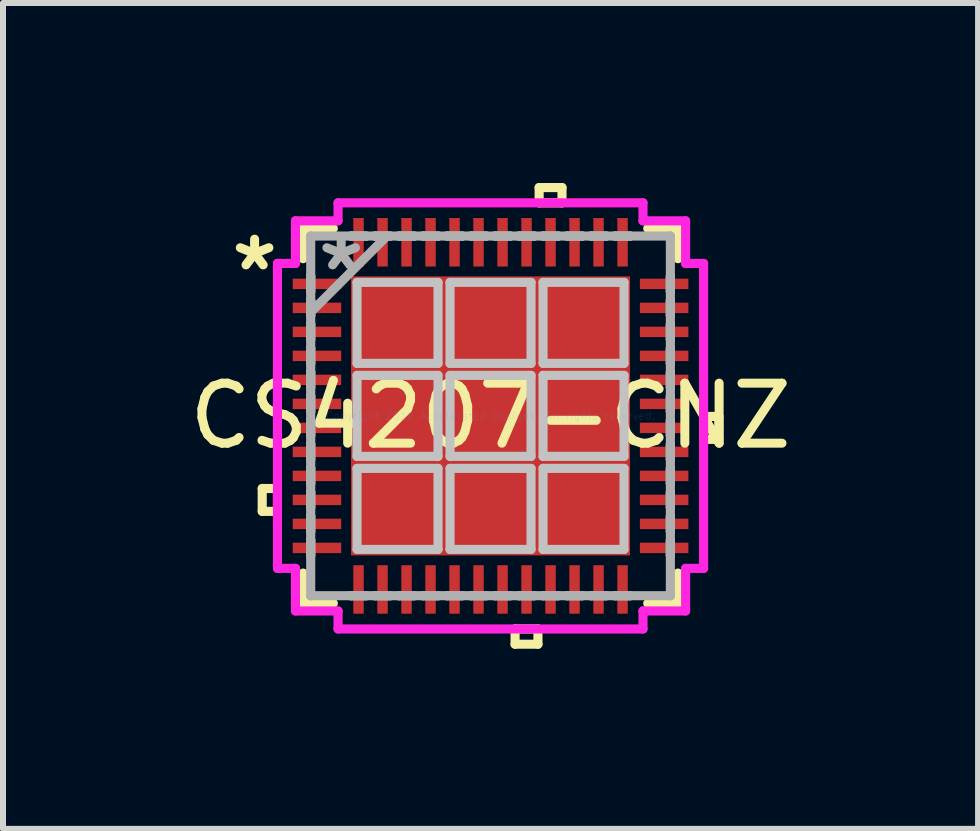
<source format=kicad_pcb>
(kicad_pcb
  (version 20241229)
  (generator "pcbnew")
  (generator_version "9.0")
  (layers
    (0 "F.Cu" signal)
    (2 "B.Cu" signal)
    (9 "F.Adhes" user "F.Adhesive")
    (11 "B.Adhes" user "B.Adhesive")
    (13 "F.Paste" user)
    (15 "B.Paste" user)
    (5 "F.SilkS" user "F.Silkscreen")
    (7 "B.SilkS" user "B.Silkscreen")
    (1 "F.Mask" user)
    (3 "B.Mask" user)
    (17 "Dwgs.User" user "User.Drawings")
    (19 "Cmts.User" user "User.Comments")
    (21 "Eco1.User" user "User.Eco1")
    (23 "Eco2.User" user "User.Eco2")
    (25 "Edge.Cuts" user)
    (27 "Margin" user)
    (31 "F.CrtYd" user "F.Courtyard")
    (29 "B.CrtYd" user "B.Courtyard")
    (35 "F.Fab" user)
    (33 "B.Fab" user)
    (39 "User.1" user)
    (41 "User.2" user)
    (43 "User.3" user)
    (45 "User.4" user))
  (footprint "CS4207-CNZ"
    (layer "F.Cu")
    (at 5.125 3.881)
    (property "Reference" "CS4207-CNZ" (at 0 0 0) (layer "F.SilkS") (effects (font (size 1 1) (thickness 0.15))))
    (attr through_hole)
    (fp_line (start -3.805 1.21) (end -3.805 1.591) (stroke (width 0.152) (type solid)) (layer "F.SilkS"))
    (fp_line (start -3.805 1.591) (end -3.551 1.591) (stroke (width 0.152) (type solid)) (layer "F.SilkS"))
    (fp_line (start -3.551 1.21) (end -3.805 1.21) (stroke (width 0.152) (type solid)) (layer "F.SilkS"))
    (fp_line (start -3.551 1.591) (end -3.551 1.21) (stroke (width 0.152) (type solid)) (layer "F.SilkS"))
    (fp_line (start -3.124 -3.124) (end -3.124 -2.62) (stroke (width 0.152) (type solid)) (layer "F.SilkS"))
    (fp_line (start -3.124 2.62) (end -3.124 3.124) (stroke (width 0.152) (type solid)) (layer "F.SilkS"))
    (fp_line (start -3.124 3.124) (end -2.62 3.124) (stroke (width 0.152) (type solid)) (layer "F.SilkS"))
    (fp_line (start -2.62 -3.124) (end -3.124 -3.124) (stroke (width 0.152) (type solid)) (layer "F.SilkS"))
    (fp_line (start 0.409 3.551) (end 0.409 3.805) (stroke (width 0.152) (type solid)) (layer "F.SilkS"))
    (fp_line (start 0.409 3.805) (end 0.79 3.805) (stroke (width 0.152) (type solid)) (layer "F.SilkS"))
    (fp_line (start 0.79 3.551) (end 0.409 3.551) (stroke (width 0.152) (type solid)) (layer "F.SilkS"))
    (fp_line (start 0.79 3.805) (end 0.79 3.551) (stroke (width 0.152) (type solid)) (layer "F.SilkS"))
    (fp_line (start 0.81 -3.805) (end 1.191 -3.805) (stroke (width 0.152) (type solid)) (layer "F.SilkS"))
    (fp_line (start 0.81 -3.551) (end 0.81 -3.805) (stroke (width 0.152) (type solid)) (layer "F.SilkS"))
    (fp_line (start 1.191 -3.805) (end 1.191 -3.551) (stroke (width 0.152) (type solid)) (layer "F.SilkS"))
    (fp_line (start 1.191 -3.551) (end 0.81 -3.551) (stroke (width 0.152) (type solid)) (layer "F.SilkS"))
    (fp_line (start 2.62 3.124) (end 3.124 3.124) (stroke (width 0.152) (type solid)) (layer "F.SilkS"))
    (fp_line (start 3.124 -3.124) (end 2.62 -3.124) (stroke (width 0.152) (type solid)) (layer "F.SilkS"))
    (fp_line (start 3.124 -2.62) (end 3.124 -3.124) (stroke (width 0.152) (type solid)) (layer "F.SilkS"))
    (fp_line (start 3.124 3.124) (end 3.124 2.62) (stroke (width 0.152) (type solid)) (layer "F.SilkS"))
    (fp_line (start 3.551 0.009) (end 3.805 0.009) (stroke (width 0.152) (type solid)) (layer "F.SilkS"))
    (fp_line (start 3.551 0.391) (end 3.551 0.009) (stroke (width 0.152) (type solid)) (layer "F.SilkS"))
    (fp_line (start 3.805 0.009) (end 3.805 0.391) (stroke (width 0.152) (type solid)) (layer "F.SilkS"))
    (fp_line (start 3.805 0.391) (end 3.551 0.391) (stroke (width 0.152) (type solid)) (layer "F.SilkS"))
    (fp_line (start -2.225 -2.225) (end -2.225 -0.875) (stroke (width 0.152) (type solid)) (layer "Dwgs.User"))
    (fp_line (start -2.225 -0.875) (end -0.875 -0.875) (stroke (width 0.152) (type solid)) (layer "Dwgs.User"))
    (fp_line (start -2.225 -0.675) (end -2.225 0.675) (stroke (width 0.152) (type solid)) (layer "Dwgs.User"))
    (fp_line (start -2.225 0.675) (end -0.875 0.675) (stroke (width 0.152) (type solid)) (layer "Dwgs.User"))
    (fp_line (start -2.225 0.875) (end -2.225 2.225) (stroke (width 0.152) (type solid)) (layer "Dwgs.User"))
    (fp_line (start -2.225 2.225) (end -0.875 2.225) (stroke (width 0.152) (type solid)) (layer "Dwgs.User"))
    (fp_line (start -0.875 -2.225) (end -2.225 -2.225) (stroke (width 0.152) (type solid)) (layer "Dwgs.User"))
    (fp_line (start -0.875 -0.875) (end -0.875 -2.225) (stroke (width 0.152) (type solid)) (layer "Dwgs.User"))
    (fp_line (start -0.875 -0.675) (end -2.225 -0.675) (stroke (width 0.152) (type solid)) (layer "Dwgs.User"))
    (fp_line (start -0.875 0.675) (end -0.875 -0.675) (stroke (width 0.152) (type solid)) (layer "Dwgs.User"))
    (fp_line (start -0.875 0.875) (end -2.225 0.875) (stroke (width 0.152) (type solid)) (layer "Dwgs.User"))
    (fp_line (start -0.875 2.225) (end -0.875 0.875) (stroke (width 0.152) (type solid)) (layer "Dwgs.User"))
    (fp_line (start -0.675 -2.225) (end -0.675 -0.875) (stroke (width 0.152) (type solid)) (layer "Dwgs.User"))
    (fp_line (start -0.675 -0.875) (end 0.675 -0.875) (stroke (width 0.152) (type solid)) (layer "Dwgs.User"))
    (fp_line (start -0.675 -0.675) (end -0.675 0.675) (stroke (width 0.152) (type solid)) (layer "Dwgs.User"))
    (fp_line (start -0.675 0.675) (end 0.675 0.675) (stroke (width 0.152) (type solid)) (layer "Dwgs.User"))
    (fp_line (start -0.675 0.875) (end -0.675 2.225) (stroke (width 0.152) (type solid)) (layer "Dwgs.User"))
    (fp_line (start -0.675 2.225) (end 0.675 2.225) (stroke (width 0.152) (type solid)) (layer "Dwgs.User"))
    (fp_line (start 0.675 -2.225) (end -0.675 -2.225) (stroke (width 0.152) (type solid)) (layer "Dwgs.User"))
    (fp_line (start 0.675 -0.875) (end 0.675 -2.225) (stroke (width 0.152) (type solid)) (layer "Dwgs.User"))
    (fp_line (start 0.675 -0.675) (end -0.675 -0.675) (stroke (width 0.152) (type solid)) (layer "Dwgs.User"))
    (fp_line (start 0.675 0.675) (end 0.675 -0.675) (stroke (width 0.152) (type solid)) (layer "Dwgs.User"))
    (fp_line (start 0.675 0.875) (end -0.675 0.875) (stroke (width 0.152) (type solid)) (layer "Dwgs.User"))
    (fp_line (start 0.675 2.225) (end 0.675 0.875) (stroke (width 0.152) (type solid)) (layer "Dwgs.User"))
    (fp_line (start 0.875 -2.225) (end 0.875 -0.875) (stroke (width 0.152) (type solid)) (layer "Dwgs.User"))
    (fp_line (start 0.875 -0.875) (end 2.225 -0.875) (stroke (width 0.152) (type solid)) (layer "Dwgs.User"))
    (fp_line (start 0.875 -0.675) (end 0.875 0.675) (stroke (width 0.152) (type solid)) (layer "Dwgs.User"))
    (fp_line (start 0.875 0.675) (end 2.225 0.675) (stroke (width 0.152) (type solid)) (layer "Dwgs.User"))
    (fp_line (start 0.875 0.875) (end 0.875 2.225) (stroke (width 0.152) (type solid)) (layer "Dwgs.User"))
    (fp_line (start 0.875 2.225) (end 2.225 2.225) (stroke (width 0.152) (type solid)) (layer "Dwgs.User"))
    (fp_line (start 2.225 -2.225) (end 0.875 -2.225) (stroke (width 0.152) (type solid)) (layer "Dwgs.User"))
    (fp_line (start 2.225 -0.875) (end 2.225 -2.225) (stroke (width 0.152) (type solid)) (layer "Dwgs.User"))
    (fp_line (start 2.225 -0.675) (end 0.875 -0.675) (stroke (width 0.152) (type solid)) (layer "Dwgs.User"))
    (fp_line (start 2.225 0.675) (end 2.225 -0.675) (stroke (width 0.152) (type solid)) (layer "Dwgs.User"))
    (fp_line (start 2.225 0.875) (end 0.875 0.875) (stroke (width 0.152) (type solid)) (layer "Dwgs.User"))
    (fp_line (start 2.225 2.225) (end 2.225 0.875) (stroke (width 0.152) (type solid)) (layer "Dwgs.User"))
    (fp_line (start -3.551 -2.541) (end -3.251 -2.541) (stroke (width 0.152) (type solid)) (layer "F.CrtYd"))
    (fp_line (start -3.551 2.541) (end -3.551 -2.541) (stroke (width 0.152) (type solid)) (layer "F.CrtYd"))
    (fp_line (start -3.251 -3.251) (end -2.541 -3.251) (stroke (width 0.152) (type solid)) (layer "F.CrtYd"))
    (fp_line (start -3.251 -2.541) (end -3.251 -3.251) (stroke (width 0.152) (type solid)) (layer "F.CrtYd"))
    (fp_line (start -3.251 2.541) (end -3.551 2.541) (stroke (width 0.152) (type solid)) (layer "F.CrtYd"))
    (fp_line (start -3.251 3.251) (end -3.251 2.541) (stroke (width 0.152) (type solid)) (layer "F.CrtYd"))
    (fp_line (start -2.541 -3.551) (end 2.541 -3.551) (stroke (width 0.152) (type solid)) (layer "F.CrtYd"))
    (fp_line (start -2.541 -3.251) (end -2.541 -3.551) (stroke (width 0.152) (type solid)) (layer "F.CrtYd"))
    (fp_line (start -2.541 3.251) (end -3.251 3.251) (stroke (width 0.152) (type solid)) (layer "F.CrtYd"))
    (fp_line (start -2.541 3.551) (end -2.541 3.251) (stroke (width 0.152) (type solid)) (layer "F.CrtYd"))
    (fp_line (start 2.541 -3.551) (end 2.541 -3.251) (stroke (width 0.152) (type solid)) (layer "F.CrtYd"))
    (fp_line (start 2.541 -3.251) (end 3.251 -3.251) (stroke (width 0.152) (type solid)) (layer "F.CrtYd"))
    (fp_line (start 2.541 3.251) (end 2.541 3.551) (stroke (width 0.152) (type solid)) (layer "F.CrtYd"))
    (fp_line (start 2.541 3.551) (end -2.541 3.551) (stroke (width 0.152) (type solid)) (layer "F.CrtYd"))
    (fp_line (start 3.251 -3.251) (end 3.251 -2.541) (stroke (width 0.152) (type solid)) (layer "F.CrtYd"))
    (fp_line (start 3.251 -2.541) (end 3.551 -2.541) (stroke (width 0.152) (type solid)) (layer "F.CrtYd"))
    (fp_line (start 3.251 2.541) (end 3.251 3.251) (stroke (width 0.152) (type solid)) (layer "F.CrtYd"))
    (fp_line (start 3.251 3.251) (end 2.541 3.251) (stroke (width 0.152) (type solid)) (layer "F.CrtYd"))
    (fp_line (start 3.551 -2.541) (end 3.551 2.541) (stroke (width 0.152) (type solid)) (layer "F.CrtYd"))
    (fp_line (start 3.551 2.541) (end 3.251 2.541) (stroke (width 0.152) (type solid)) (layer "F.CrtYd"))
    (fp_line (start -2.997 -2.997) (end -2.997 -2.997) (stroke (width 0.152) (type solid)) (layer "F.Fab"))
    (fp_line (start -2.997 -2.997) (end -2.997 2.997) (stroke (width 0.152) (type solid)) (layer "F.Fab"))
    (fp_line (start -2.997 -2.327) (end -2.997 -2.327) (stroke (width 0.152) (type solid)) (layer "F.Fab"))
    (fp_line (start -2.997 -2.327) (end -2.997 -2.073) (stroke (width 0.152) (type solid)) (layer "F.Fab"))
    (fp_line (start -2.997 -2.073) (end -2.997 -2.327) (stroke (width 0.152) (type solid)) (layer "F.Fab"))
    (fp_line (start -2.997 -2.073) (end -2.997 -2.073) (stroke (width 0.152) (type solid)) (layer "F.Fab"))
    (fp_line (start -2.997 -1.927) (end -2.997 -1.927) (stroke (width 0.152) (type solid)) (layer "F.Fab"))
    (fp_line (start -2.997 -1.927) (end -2.997 -1.673) (stroke (width 0.152) (type solid)) (layer "F.Fab"))
    (fp_line (start -2.997 -1.727) (end -1.727 -2.997) (stroke (width 0.152) (type solid)) (layer "F.Fab"))
    (fp_line (start -2.997 -1.673) (end -2.997 -1.927) (stroke (width 0.152) (type solid)) (layer "F.Fab"))
    (fp_line (start -2.997 -1.673) (end -2.997 -1.673) (stroke (width 0.152) (type solid)) (layer "F.Fab"))
    (fp_line (start -2.997 -1.527) (end -2.997 -1.527) (stroke (width 0.152) (type solid)) (layer "F.Fab"))
    (fp_line (start -2.997 -1.527) (end -2.997 -1.273) (stroke (width 0.152) (type solid)) (layer "F.Fab"))
    (fp_line (start -2.997 -1.273) (end -2.997 -1.527) (stroke (width 0.152) (type solid)) (layer "F.Fab"))
    (fp_line (start -2.997 -1.273) (end -2.997 -1.273) (stroke (width 0.152) (type solid)) (layer "F.Fab"))
    (fp_line (start -2.997 -1.127) (end -2.997 -1.127) (stroke (width 0.152) (type solid)) (layer "F.Fab"))
    (fp_line (start -2.997 -1.127) (end -2.997 -0.873) (stroke (width 0.152) (type solid)) (layer "F.Fab"))
    (fp_line (start -2.997 -0.873) (end -2.997 -1.127) (stroke (width 0.152) (type solid)) (layer "F.Fab"))
    (fp_line (start -2.997 -0.873) (end -2.997 -0.873) (stroke (width 0.152) (type solid)) (layer "F.Fab"))
    (fp_line (start -2.997 -0.727) (end -2.997 -0.727) (stroke (width 0.152) (type solid)) (layer "F.Fab"))
    (fp_line (start -2.997 -0.727) (end -2.997 -0.473) (stroke (width 0.152) (type solid)) (layer "F.Fab"))
    (fp_line (start -2.997 -0.473) (end -2.997 -0.727) (stroke (width 0.152) (type solid)) (layer "F.Fab"))
    (fp_line (start -2.997 -0.473) (end -2.997 -0.473) (stroke (width 0.152) (type solid)) (layer "F.Fab"))
    (fp_line (start -2.997 -0.327) (end -2.997 -0.327) (stroke (width 0.152) (type solid)) (layer "F.Fab"))
    (fp_line (start -2.997 -0.327) (end -2.997 -0.073) (stroke (width 0.152) (type solid)) (layer "F.Fab"))
    (fp_line (start -2.997 -0.073) (end -2.997 -0.327) (stroke (width 0.152) (type solid)) (layer "F.Fab"))
    (fp_line (start -2.997 -0.073) (end -2.997 -0.073) (stroke (width 0.152) (type solid)) (layer "F.Fab"))
    (fp_line (start -2.997 0.073) (end -2.997 0.073) (stroke (width 0.152) (type solid)) (layer "F.Fab"))
    (fp_line (start -2.997 0.073) (end -2.997 0.327) (stroke (width 0.152) (type solid)) (layer "F.Fab"))
    (fp_line (start -2.997 0.327) (end -2.997 0.073) (stroke (width 0.152) (type solid)) (layer "F.Fab"))
    (fp_line (start -2.997 0.327) (end -2.997 0.327) (stroke (width 0.152) (type solid)) (layer "F.Fab"))
    (fp_line (start -2.997 0.473) (end -2.997 0.473) (stroke (width 0.152) (type solid)) (layer "F.Fab"))
    (fp_line (start -2.997 0.473) (end -2.997 0.727) (stroke (width 0.152) (type solid)) (layer "F.Fab"))
    (fp_line (start -2.997 0.727) (end -2.997 0.473) (stroke (width 0.152) (type solid)) (layer "F.Fab"))
    (fp_line (start -2.997 0.727) (end -2.997 0.727) (stroke (width 0.152) (type solid)) (layer "F.Fab"))
    (fp_line (start -2.997 0.873) (end -2.997 0.873) (stroke (width 0.152) (type solid)) (layer "F.Fab"))
    (fp_line (start -2.997 0.873) (end -2.997 1.127) (stroke (width 0.152) (type solid)) (layer "F.Fab"))
    (fp_line (start -2.997 1.127) (end -2.997 0.873) (stroke (width 0.152) (type solid)) (layer "F.Fab"))
    (fp_line (start -2.997 1.127) (end -2.997 1.127) (stroke (width 0.152) (type solid)) (layer "F.Fab"))
    (fp_line (start -2.997 1.273) (end -2.997 1.273) (stroke (width 0.152) (type solid)) (layer "F.Fab"))
    (fp_line (start -2.997 1.273) (end -2.997 1.527) (stroke (width 0.152) (type solid)) (layer "F.Fab"))
    (fp_line (start -2.997 1.527) (end -2.997 1.273) (stroke (width 0.152) (type solid)) (layer "F.Fab"))
    (fp_line (start -2.997 1.527) (end -2.997 1.527) (stroke (width 0.152) (type solid)) (layer "F.Fab"))
    (fp_line (start -2.997 1.673) (end -2.997 1.673) (stroke (width 0.152) (type solid)) (layer "F.Fab"))
    (fp_line (start -2.997 1.673) (end -2.997 1.927) (stroke (width 0.152) (type solid)) (layer "F.Fab"))
    (fp_line (start -2.997 1.927) (end -2.997 1.673) (stroke (width 0.152) (type solid)) (layer "F.Fab"))
    (fp_line (start -2.997 1.927) (end -2.997 1.927) (stroke (width 0.152) (type solid)) (layer "F.Fab"))
    (fp_line (start -2.997 2.073) (end -2.997 2.073) (stroke (width 0.152) (type solid)) (layer "F.Fab"))
    (fp_line (start -2.997 2.073) (end -2.997 2.327) (stroke (width 0.152) (type solid)) (layer "F.Fab"))
    (fp_line (start -2.997 2.327) (end -2.997 2.073) (stroke (width 0.152) (type solid)) (layer "F.Fab"))
    (fp_line (start -2.997 2.327) (end -2.997 2.327) (stroke (width 0.152) (type solid)) (layer "F.Fab"))
    (fp_line (start -2.997 2.997) (end -2.997 2.997) (stroke (width 0.152) (type solid)) (layer "F.Fab"))
    (fp_line (start -2.997 2.997) (end 2.997 2.997) (stroke (width 0.152) (type solid)) (layer "F.Fab"))
    (fp_line (start -2.327 -2.997) (end -2.327 -2.997) (stroke (width 0.152) (type solid)) (layer "F.Fab"))
    (fp_line (start -2.327 -2.997) (end -2.073 -2.997) (stroke (width 0.152) (type solid)) (layer "F.Fab"))
    (fp_line (start -2.327 2.997) (end -2.327 2.997) (stroke (width 0.152) (type solid)) (layer "F.Fab"))
    (fp_line (start -2.327 2.997) (end -2.073 2.997) (stroke (width 0.152) (type solid)) (layer "F.Fab"))
    (fp_line (start -2.073 -2.997) (end -2.327 -2.997) (stroke (width 0.152) (type solid)) (layer "F.Fab"))
    (fp_line (start -2.073 -2.997) (end -2.073 -2.997) (stroke (width 0.152) (type solid)) (layer "F.Fab"))
    (fp_line (start -2.073 2.997) (end -2.327 2.997) (stroke (width 0.152) (type solid)) (layer "F.Fab"))
    (fp_line (start -2.073 2.997) (end -2.073 2.997) (stroke (width 0.152) (type solid)) (layer "F.Fab"))
    (fp_line (start -1.927 -2.997) (end -1.927 -2.997) (stroke (width 0.152) (type solid)) (layer "F.Fab"))
    (fp_line (start -1.927 -2.997) (end -1.673 -2.997) (stroke (width 0.152) (type solid)) (layer "F.Fab"))
    (fp_line (start -1.927 2.997) (end -1.927 2.997) (stroke (width 0.152) (type solid)) (layer "F.Fab"))
    (fp_line (start -1.927 2.997) (end -1.673 2.997) (stroke (width 0.152) (type solid)) (layer "F.Fab"))
    (fp_line (start -1.673 -2.997) (end -1.927 -2.997) (stroke (width 0.152) (type solid)) (layer "F.Fab"))
    (fp_line (start -1.673 -2.997) (end -1.673 -2.997) (stroke (width 0.152) (type solid)) (layer "F.Fab"))
    (fp_line (start -1.673 2.997) (end -1.927 2.997) (stroke (width 0.152) (type solid)) (layer "F.Fab"))
    (fp_line (start -1.673 2.997) (end -1.673 2.997) (stroke (width 0.152) (type solid)) (layer "F.Fab"))
    (fp_line (start -1.527 -2.997) (end -1.527 -2.997) (stroke (width 0.152) (type solid)) (layer "F.Fab"))
    (fp_line (start -1.527 -2.997) (end -1.273 -2.997) (stroke (width 0.152) (type solid)) (layer "F.Fab"))
    (fp_line (start -1.527 2.997) (end -1.527 2.997) (stroke (width 0.152) (type solid)) (layer "F.Fab"))
    (fp_line (start -1.527 2.997) (end -1.273 2.997) (stroke (width 0.152) (type solid)) (layer "F.Fab"))
    (fp_line (start -1.273 -2.997) (end -1.527 -2.997) (stroke (width 0.152) (type solid)) (layer "F.Fab"))
    (fp_line (start -1.273 -2.997) (end -1.273 -2.997) (stroke (width 0.152) (type solid)) (layer "F.Fab"))
    (fp_line (start -1.273 2.997) (end -1.527 2.997) (stroke (width 0.152) (type solid)) (layer "F.Fab"))
    (fp_line (start -1.273 2.997) (end -1.273 2.997) (stroke (width 0.152) (type solid)) (layer "F.Fab"))
    (fp_line (start -1.127 -2.997) (end -1.127 -2.997) (stroke (width 0.152) (type solid)) (layer "F.Fab"))
    (fp_line (start -1.127 -2.997) (end -0.873 -2.997) (stroke (width 0.152) (type solid)) (layer "F.Fab"))
    (fp_line (start -1.127 2.997) (end -1.127 2.997) (stroke (width 0.152) (type solid)) (layer "F.Fab"))
    (fp_line (start -1.127 2.997) (end -0.873 2.997) (stroke (width 0.152) (type solid)) (layer "F.Fab"))
    (fp_line (start -0.873 -2.997) (end -1.127 -2.997) (stroke (width 0.152) (type solid)) (layer "F.Fab"))
    (fp_line (start -0.873 -2.997) (end -0.873 -2.997) (stroke (width 0.152) (type solid)) (layer "F.Fab"))
    (fp_line (start -0.873 2.997) (end -1.127 2.997) (stroke (width 0.152) (type solid)) (layer "F.Fab"))
    (fp_line (start -0.873 2.997) (end -0.873 2.997) (stroke (width 0.152) (type solid)) (layer "F.Fab"))
    (fp_line (start -0.727 -2.997) (end -0.727 -2.997) (stroke (width 0.152) (type solid)) (layer "F.Fab"))
    (fp_line (start -0.727 -2.997) (end -0.473 -2.997) (stroke (width 0.152) (type solid)) (layer "F.Fab"))
    (fp_line (start -0.727 2.997) (end -0.727 2.997) (stroke (width 0.152) (type solid)) (layer "F.Fab"))
    (fp_line (start -0.727 2.997) (end -0.473 2.997) (stroke (width 0.152) (type solid)) (layer "F.Fab"))
    (fp_line (start -0.473 -2.997) (end -0.727 -2.997) (stroke (width 0.152) (type solid)) (layer "F.Fab"))
    (fp_line (start -0.473 -2.997) (end -0.473 -2.997) (stroke (width 0.152) (type solid)) (layer "F.Fab"))
    (fp_line (start -0.473 2.997) (end -0.727 2.997) (stroke (width 0.152) (type solid)) (layer "F.Fab"))
    (fp_line (start -0.473 2.997) (end -0.473 2.997) (stroke (width 0.152) (type solid)) (layer "F.Fab"))
    (fp_line (start -0.327 -2.997) (end -0.327 -2.997) (stroke (width 0.152) (type solid)) (layer "F.Fab"))
    (fp_line (start -0.327 -2.997) (end -0.073 -2.997) (stroke (width 0.152) (type solid)) (layer "F.Fab"))
    (fp_line (start -0.327 2.997) (end -0.327 2.997) (stroke (width 0.152) (type solid)) (layer "F.Fab"))
    (fp_line (start -0.327 2.997) (end -0.073 2.997) (stroke (width 0.152) (type solid)) (layer "F.Fab"))
    (fp_line (start -0.073 -2.997) (end -0.327 -2.997) (stroke (width 0.152) (type solid)) (layer "F.Fab"))
    (fp_line (start -0.073 -2.997) (end -0.073 -2.997) (stroke (width 0.152) (type solid)) (layer "F.Fab"))
    (fp_line (start -0.073 2.997) (end -0.327 2.997) (stroke (width 0.152) (type solid)) (layer "F.Fab"))
    (fp_line (start -0.073 2.997) (end -0.073 2.997) (stroke (width 0.152) (type solid)) (layer "F.Fab"))
    (fp_line (start 0.073 -2.997) (end 0.073 -2.997) (stroke (width 0.152) (type solid)) (layer "F.Fab"))
    (fp_line (start 0.073 -2.997) (end 0.327 -2.997) (stroke (width 0.152) (type solid)) (layer "F.Fab"))
    (fp_line (start 0.073 2.997) (end 0.073 2.997) (stroke (width 0.152) (type solid)) (layer "F.Fab"))
    (fp_line (start 0.073 2.997) (end 0.327 2.997) (stroke (width 0.152) (type solid)) (layer "F.Fab"))
    (fp_line (start 0.327 -2.997) (end 0.073 -2.997) (stroke (width 0.152) (type solid)) (layer "F.Fab"))
    (fp_line (start 0.327 -2.997) (end 0.327 -2.997) (stroke (width 0.152) (type solid)) (layer "F.Fab"))
    (fp_line (start 0.327 2.997) (end 0.073 2.997) (stroke (width 0.152) (type solid)) (layer "F.Fab"))
    (fp_line (start 0.327 2.997) (end 0.327 2.997) (stroke (width 0.152) (type solid)) (layer "F.Fab"))
    (fp_line (start 0.473 -2.997) (end 0.473 -2.997) (stroke (width 0.152) (type solid)) (layer "F.Fab"))
    (fp_line (start 0.473 -2.997) (end 0.727 -2.997) (stroke (width 0.152) (type solid)) (layer "F.Fab"))
    (fp_line (start 0.473 2.997) (end 0.473 2.997) (stroke (width 0.152) (type solid)) (layer "F.Fab"))
    (fp_line (start 0.473 2.997) (end 0.727 2.997) (stroke (width 0.152) (type solid)) (layer "F.Fab"))
    (fp_line (start 0.727 -2.997) (end 0.473 -2.997) (stroke (width 0.152) (type solid)) (layer "F.Fab"))
    (fp_line (start 0.727 -2.997) (end 0.727 -2.997) (stroke (width 0.152) (type solid)) (layer "F.Fab"))
    (fp_line (start 0.727 2.997) (end 0.473 2.997) (stroke (width 0.152) (type solid)) (layer "F.Fab"))
    (fp_line (start 0.727 2.997) (end 0.727 2.997) (stroke (width 0.152) (type solid)) (layer "F.Fab"))
    (fp_line (start 0.873 -2.997) (end 0.873 -2.997) (stroke (width 0.152) (type solid)) (layer "F.Fab"))
    (fp_line (start 0.873 -2.997) (end 1.127 -2.997) (stroke (width 0.152) (type solid)) (layer "F.Fab"))
    (fp_line (start 0.873 2.997) (end 0.873 2.997) (stroke (width 0.152) (type solid)) (layer "F.Fab"))
    (fp_line (start 0.873 2.997) (end 1.127 2.997) (stroke (width 0.152) (type solid)) (layer "F.Fab"))
    (fp_line (start 1.127 -2.997) (end 0.873 -2.997) (stroke (width 0.152) (type solid)) (layer "F.Fab"))
    (fp_line (start 1.127 -2.997) (end 1.127 -2.997) (stroke (width 0.152) (type solid)) (layer "F.Fab"))
    (fp_line (start 1.127 2.997) (end 0.873 2.997) (stroke (width 0.152) (type solid)) (layer "F.Fab"))
    (fp_line (start 1.127 2.997) (end 1.127 2.997) (stroke (width 0.152) (type solid)) (layer "F.Fab"))
    (fp_line (start 1.273 -2.997) (end 1.273 -2.997) (stroke (width 0.152) (type solid)) (layer "F.Fab"))
    (fp_line (start 1.273 -2.997) (end 1.527 -2.997) (stroke (width 0.152) (type solid)) (layer "F.Fab"))
    (fp_line (start 1.273 2.997) (end 1.273 2.997) (stroke (width 0.152) (type solid)) (layer "F.Fab"))
    (fp_line (start 1.273 2.997) (end 1.527 2.997) (stroke (width 0.152) (type solid)) (layer "F.Fab"))
    (fp_line (start 1.527 -2.997) (end 1.273 -2.997) (stroke (width 0.152) (type solid)) (layer "F.Fab"))
    (fp_line (start 1.527 -2.997) (end 1.527 -2.997) (stroke (width 0.152) (type solid)) (layer "F.Fab"))
    (fp_line (start 1.527 2.997) (end 1.273 2.997) (stroke (width 0.152) (type solid)) (layer "F.Fab"))
    (fp_line (start 1.527 2.997) (end 1.527 2.997) (stroke (width 0.152) (type solid)) (layer "F.Fab"))
    (fp_line (start 1.673 -2.997) (end 1.673 -2.997) (stroke (width 0.152) (type solid)) (layer "F.Fab"))
    (fp_line (start 1.673 -2.997) (end 1.927 -2.997) (stroke (width 0.152) (type solid)) (layer "F.Fab"))
    (fp_line (start 1.673 2.997) (end 1.673 2.997) (stroke (width 0.152) (type solid)) (layer "F.Fab"))
    (fp_line (start 1.673 2.997) (end 1.927 2.997) (stroke (width 0.152) (type solid)) (layer "F.Fab"))
    (fp_line (start 1.927 -2.997) (end 1.673 -2.997) (stroke (width 0.152) (type solid)) (layer "F.Fab"))
    (fp_line (start 1.927 -2.997) (end 1.927 -2.997) (stroke (width 0.152) (type solid)) (layer "F.Fab"))
    (fp_line (start 1.927 2.997) (end 1.673 2.997) (stroke (width 0.152) (type solid)) (layer "F.Fab"))
    (fp_line (start 1.927 2.997) (end 1.927 2.997) (stroke (width 0.152) (type solid)) (layer "F.Fab"))
    (fp_line (start 2.073 -2.997) (end 2.073 -2.997) (stroke (width 0.152) (type solid)) (layer "F.Fab"))
    (fp_line (start 2.073 -2.997) (end 2.327 -2.997) (stroke (width 0.152) (type solid)) (layer "F.Fab"))
    (fp_line (start 2.073 2.997) (end 2.073 2.997) (stroke (width 0.152) (type solid)) (layer "F.Fab"))
    (fp_line (start 2.073 2.997) (end 2.327 2.997) (stroke (width 0.152) (type solid)) (layer "F.Fab"))
    (fp_line (start 2.327 -2.997) (end 2.073 -2.997) (stroke (width 0.152) (type solid)) (layer "F.Fab"))
    (fp_line (start 2.327 -2.997) (end 2.327 -2.997) (stroke (width 0.152) (type solid)) (layer "F.Fab"))
    (fp_line (start 2.327 2.997) (end 2.073 2.997) (stroke (width 0.152) (type solid)) (layer "F.Fab"))
    (fp_line (start 2.327 2.997) (end 2.327 2.997) (stroke (width 0.152) (type solid)) (layer "F.Fab"))
    (fp_line (start 2.997 -2.997) (end -2.997 -2.997) (stroke (width 0.152) (type solid)) (layer "F.Fab"))
    (fp_line (start 2.997 -2.997) (end 2.997 -2.997) (stroke (width 0.152) (type solid)) (layer "F.Fab"))
    (fp_line (start 2.997 -2.327) (end 2.997 -2.327) (stroke (width 0.152) (type solid)) (layer "F.Fab"))
    (fp_line (start 2.997 -2.327) (end 2.997 -2.073) (stroke (width 0.152) (type solid)) (layer "F.Fab"))
    (fp_line (start 2.997 -2.073) (end 2.997 -2.327) (stroke (width 0.152) (type solid)) (layer "F.Fab"))
    (fp_line (start 2.997 -2.073) (end 2.997 -2.073) (stroke (width 0.152) (type solid)) (layer "F.Fab"))
    (fp_line (start 2.997 -1.927) (end 2.997 -1.927) (stroke (width 0.152) (type solid)) (layer "F.Fab"))
    (fp_line (start 2.997 -1.927) (end 2.997 -1.673) (stroke (width 0.152) (type solid)) (layer "F.Fab"))
    (fp_line (start 2.997 -1.673) (end 2.997 -1.927) (stroke (width 0.152) (type solid)) (layer "F.Fab"))
    (fp_line (start 2.997 -1.673) (end 2.997 -1.673) (stroke (width 0.152) (type solid)) (layer "F.Fab"))
    (fp_line (start 2.997 -1.527) (end 2.997 -1.527) (stroke (width 0.152) (type solid)) (layer "F.Fab"))
    (fp_line (start 2.997 -1.527) (end 2.997 -1.273) (stroke (width 0.152) (type solid)) (layer "F.Fab"))
    (fp_line (start 2.997 -1.273) (end 2.997 -1.527) (stroke (width 0.152) (type solid)) (layer "F.Fab"))
    (fp_line (start 2.997 -1.273) (end 2.997 -1.273) (stroke (width 0.152) (type solid)) (layer "F.Fab"))
    (fp_line (start 2.997 -1.127) (end 2.997 -1.127) (stroke (width 0.152) (type solid)) (layer "F.Fab"))
    (fp_line (start 2.997 -1.127) (end 2.997 -0.873) (stroke (width 0.152) (type solid)) (layer "F.Fab"))
    (fp_line (start 2.997 -0.873) (end 2.997 -1.127) (stroke (width 0.152) (type solid)) (layer "F.Fab"))
    (fp_line (start 2.997 -0.873) (end 2.997 -0.873) (stroke (width 0.152) (type solid)) (layer "F.Fab"))
    (fp_line (start 2.997 -0.727) (end 2.997 -0.727) (stroke (width 0.152) (type solid)) (layer "F.Fab"))
    (fp_line (start 2.997 -0.727) (end 2.997 -0.473) (stroke (width 0.152) (type solid)) (layer "F.Fab"))
    (fp_line (start 2.997 -0.473) (end 2.997 -0.727) (stroke (width 0.152) (type solid)) (layer "F.Fab"))
    (fp_line (start 2.997 -0.473) (end 2.997 -0.473) (stroke (width 0.152) (type solid)) (layer "F.Fab"))
    (fp_line (start 2.997 -0.327) (end 2.997 -0.327) (stroke (width 0.152) (type solid)) (layer "F.Fab"))
    (fp_line (start 2.997 -0.327) (end 2.997 -0.073) (stroke (width 0.152) (type solid)) (layer "F.Fab"))
    (fp_line (start 2.997 -0.073) (end 2.997 -0.327) (stroke (width 0.152) (type solid)) (layer "F.Fab"))
    (fp_line (start 2.997 -0.073) (end 2.997 -0.073) (stroke (width 0.152) (type solid)) (layer "F.Fab"))
    (fp_line (start 2.997 0.073) (end 2.997 0.073) (stroke (width 0.152) (type solid)) (layer "F.Fab"))
    (fp_line (start 2.997 0.073) (end 2.997 0.327) (stroke (width 0.152) (type solid)) (layer "F.Fab"))
    (fp_line (start 2.997 0.327) (end 2.997 0.073) (stroke (width 0.152) (type solid)) (layer "F.Fab"))
    (fp_line (start 2.997 0.327) (end 2.997 0.327) (stroke (width 0.152) (type solid)) (layer "F.Fab"))
    (fp_line (start 2.997 0.473) (end 2.997 0.473) (stroke (width 0.152) (type solid)) (layer "F.Fab"))
    (fp_line (start 2.997 0.473) (end 2.997 0.727) (stroke (width 0.152) (type solid)) (layer "F.Fab"))
    (fp_line (start 2.997 0.727) (end 2.997 0.473) (stroke (width 0.152) (type solid)) (layer "F.Fab"))
    (fp_line (start 2.997 0.727) (end 2.997 0.727) (stroke (width 0.152) (type solid)) (layer "F.Fab"))
    (fp_line (start 2.997 0.873) (end 2.997 0.873) (stroke (width 0.152) (type solid)) (layer "F.Fab"))
    (fp_line (start 2.997 0.873) (end 2.997 1.127) (stroke (width 0.152) (type solid)) (layer "F.Fab"))
    (fp_line (start 2.997 1.127) (end 2.997 0.873) (stroke (width 0.152) (type solid)) (layer "F.Fab"))
    (fp_line (start 2.997 1.127) (end 2.997 1.127) (stroke (width 0.152) (type solid)) (layer "F.Fab"))
    (fp_line (start 2.997 1.273) (end 2.997 1.273) (stroke (width 0.152) (type solid)) (layer "F.Fab"))
    (fp_line (start 2.997 1.273) (end 2.997 1.527) (stroke (width 0.152) (type solid)) (layer "F.Fab"))
    (fp_line (start 2.997 1.527) (end 2.997 1.273) (stroke (width 0.152) (type solid)) (layer "F.Fab"))
    (fp_line (start 2.997 1.527) (end 2.997 1.527) (stroke (width 0.152) (type solid)) (layer "F.Fab"))
    (fp_line (start 2.997 1.673) (end 2.997 1.673) (stroke (width 0.152) (type solid)) (layer "F.Fab"))
    (fp_line (start 2.997 1.673) (end 2.997 1.927) (stroke (width 0.152) (type solid)) (layer "F.Fab"))
    (fp_line (start 2.997 1.927) (end 2.997 1.673) (stroke (width 0.152) (type solid)) (layer "F.Fab"))
    (fp_line (start 2.997 1.927) (end 2.997 1.927) (stroke (width 0.152) (type solid)) (layer "F.Fab"))
    (fp_line (start 2.997 2.073) (end 2.997 2.073) (stroke (width 0.152) (type solid)) (layer "F.Fab"))
    (fp_line (start 2.997 2.073) (end 2.997 2.327) (stroke (width 0.152) (type solid)) (layer "F.Fab"))
    (fp_line (start 2.997 2.327) (end 2.997 2.073) (stroke (width 0.152) (type solid)) (layer "F.Fab"))
    (fp_line (start 2.997 2.327) (end 2.997 2.327) (stroke (width 0.152) (type solid)) (layer "F.Fab"))
    (fp_line (start 2.997 2.997) (end 2.997 -2.997) (stroke (width 0.152) (type solid)) (layer "F.Fab"))
    (fp_line (start 2.997 2.997) (end 2.997 2.997) (stroke (width 0.152) (type solid)) (layer "F.Fab"))
    (fp_text user "*" (at -3.932 -2.4 0) (layer "F.SilkS") (effects (font (size 1 1) (thickness 0.15))))
    (fp_text user "Copyright 2016 Accelerated Designs. All rights reserved." (at 0 0 0) (layer "Cmts.User") (effects (font (size 0.127 0.127) (thickness 0.002))))
    (fp_text user "*" (at -2.489 -2.4 0) (layer "F.Fab") (effects (font (size 1 1) (thickness 0.15))))
    (pad "1" smd rect (at -2.893 -2.2 90) (size 0.174 0.808) (layers "F.Cu" "F.Mask" "F.Paste"))
    (pad "2" smd rect (at -2.893 -1.8 90) (size 0.174 0.808) (layers "F.Cu" "F.Mask" "F.Paste"))
    (pad "3" smd rect (at -2.893 -1.4 90) (size 0.174 0.808) (layers "F.Cu" "F.Mask" "F.Paste"))
    (pad "4" smd rect (at -2.893 -1 90) (size 0.174 0.808) (layers "F.Cu" "F.Mask" "F.Paste"))
    (pad "5" smd rect (at -2.893 -0.6 90) (size 0.174 0.808) (layers "F.Cu" "F.Mask" "F.Paste"))
    (pad "6" smd rect (at -2.893 -0.2 90) (size 0.174 0.808) (layers "F.Cu" "F.Mask" "F.Paste"))
    (pad "7" smd rect (at -2.893 0.2 90) (size 0.174 0.808) (layers "F.Cu" "F.Mask" "F.Paste"))
    (pad "8" smd rect (at -2.893 0.6 90) (size 0.174 0.808) (layers "F.Cu" "F.Mask" "F.Paste"))
    (pad "9" smd rect (at -2.893 1 90) (size 0.174 0.808) (layers "F.Cu" "F.Mask" "F.Paste"))
    (pad "10" smd rect (at -2.893 1.4 90) (size 0.174 0.808) (layers "F.Cu" "F.Mask" "F.Paste"))
    (pad "11" smd rect (at -2.893 1.8 90) (size 0.174 0.808) (layers "F.Cu" "F.Mask" "F.Paste"))
    (pad "12" smd rect (at -2.893 2.2 90) (size 0.174 0.808) (layers "F.Cu" "F.Mask" "F.Paste"))
    (pad "13" smd rect (at -2.2 2.893) (size 0.174 0.808) (layers "F.Cu" "F.Mask" "F.Paste"))
    (pad "14" smd rect (at -1.8 2.893) (size 0.174 0.808) (layers "F.Cu" "F.Mask" "F.Paste"))
    (pad "15" smd rect (at -1.4 2.893) (size 0.174 0.808) (layers "F.Cu" "F.Mask" "F.Paste"))
    (pad "16" smd rect (at -1 2.893) (size 0.174 0.808) (layers "F.Cu" "F.Mask" "F.Paste"))
    (pad "17" smd rect (at -0.6 2.893) (size 0.174 0.808) (layers "F.Cu" "F.Mask" "F.Paste"))
    (pad "18" smd rect (at -0.2 2.893) (size 0.174 0.808) (layers "F.Cu" "F.Mask" "F.Paste"))
    (pad "19" smd rect (at 0.2 2.893) (size 0.174 0.808) (layers "F.Cu" "F.Mask" "F.Paste"))
    (pad "20" smd rect (at 0.6 2.893) (size 0.174 0.808) (layers "F.Cu" "F.Mask" "F.Paste"))
    (pad "21" smd rect (at 1 2.893) (size 0.174 0.808) (layers "F.Cu" "F.Mask" "F.Paste"))
    (pad "22" smd rect (at 1.4 2.893) (size 0.174 0.808) (layers "F.Cu" "F.Mask" "F.Paste"))
    (pad "23" smd rect (at 1.8 2.893) (size 0.174 0.808) (layers "F.Cu" "F.Mask" "F.Paste"))
    (pad "24" smd rect (at 2.2 2.893) (size 0.174 0.808) (layers "F.Cu" "F.Mask" "F.Paste"))
    (pad "25" smd rect (at 2.893 2.2 90) (size 0.174 0.808) (layers "F.Cu" "F.Mask" "F.Paste"))
    (pad "26" smd rect (at 2.893 1.8 90) (size 0.174 0.808) (layers "F.Cu" "F.Mask" "F.Paste"))
    (pad "27" smd rect (at 2.893 1.4 90) (size 0.174 0.808) (layers "F.Cu" "F.Mask" "F.Paste"))
    (pad "28" smd rect (at 2.893 1 90) (size 0.174 0.808) (layers "F.Cu" "F.Mask" "F.Paste"))
    (pad "29" smd rect (at 2.893 0.6 90) (size 0.174 0.808) (layers "F.Cu" "F.Mask" "F.Paste"))
    (pad "30" smd rect (at 2.893 0.2 90) (size 0.174 0.808) (layers "F.Cu" "F.Mask" "F.Paste"))
    (pad "31" smd rect (at 2.893 -0.2 90) (size 0.174 0.808) (layers "F.Cu" "F.Mask" "F.Paste"))
    (pad "32" smd rect (at 2.893 -0.6 90) (size 0.174 0.808) (layers "F.Cu" "F.Mask" "F.Paste"))
    (pad "33" smd rect (at 2.893 -1 90) (size 0.174 0.808) (layers "F.Cu" "F.Mask" "F.Paste"))
    (pad "34" smd rect (at 2.893 -1.4 90) (size 0.174 0.808) (layers "F.Cu" "F.Mask" "F.Paste"))
    (pad "35" smd rect (at 2.893 -1.8 90) (size 0.174 0.808) (layers "F.Cu" "F.Mask" "F.Paste"))
    (pad "36" smd rect (at 2.893 -2.2 90) (size 0.174 0.808) (layers "F.Cu" "F.Mask" "F.Paste"))
    (pad "37" smd rect (at 2.2 -2.893) (size 0.174 0.808) (layers "F.Cu" "F.Mask" "F.Paste"))
    (pad "38" smd rect (at 1.8 -2.893) (size 0.174 0.808) (layers "F.Cu" "F.Mask" "F.Paste"))
    (pad "39" smd rect (at 1.4 -2.893) (size 0.174 0.808) (layers "F.Cu" "F.Mask" "F.Paste"))
    (pad "40" smd rect (at 1 -2.893) (size 0.174 0.808) (layers "F.Cu" "F.Mask" "F.Paste"))
    (pad "41" smd rect (at 0.6 -2.893) (size 0.174 0.808) (layers "F.Cu" "F.Mask" "F.Paste"))
    (pad "42" smd rect (at 0.2 -2.893) (size 0.174 0.808) (layers "F.Cu" "F.Mask" "F.Paste"))
    (pad "43" smd rect (at -0.2 -2.893) (size 0.174 0.808) (layers "F.Cu" "F.Mask" "F.Paste"))
    (pad "44" smd rect (at -0.6 -2.893) (size 0.174 0.808) (layers "F.Cu" "F.Mask" "F.Paste"))
    (pad "45" smd rect (at -1 -2.893) (size 0.174 0.808) (layers "F.Cu" "F.Mask" "F.Paste"))
    (pad "46" smd rect (at -1.4 -2.893) (size 0.174 0.808) (layers "F.Cu" "F.Mask" "F.Paste"))
    (pad "47" smd rect (at -1.8 -2.893) (size 0.174 0.808) (layers "F.Cu" "F.Mask" "F.Paste"))
    (pad "48" smd rect (at -2.2 -2.893) (size 0.174 0.808) (layers "F.Cu" "F.Mask" "F.Paste"))
    (pad "49" smd rect (at 0 0) (size 4.65 4.65) (layers "F.Cu" "F.Mask" "F.Paste")))
  (gr_rect
    (start -3 -3)
    (end 13.25 10.763)
    (stroke (width 0.1) (type default))
    (fill no)
    (layer "Edge.Cuts")))
</source>
